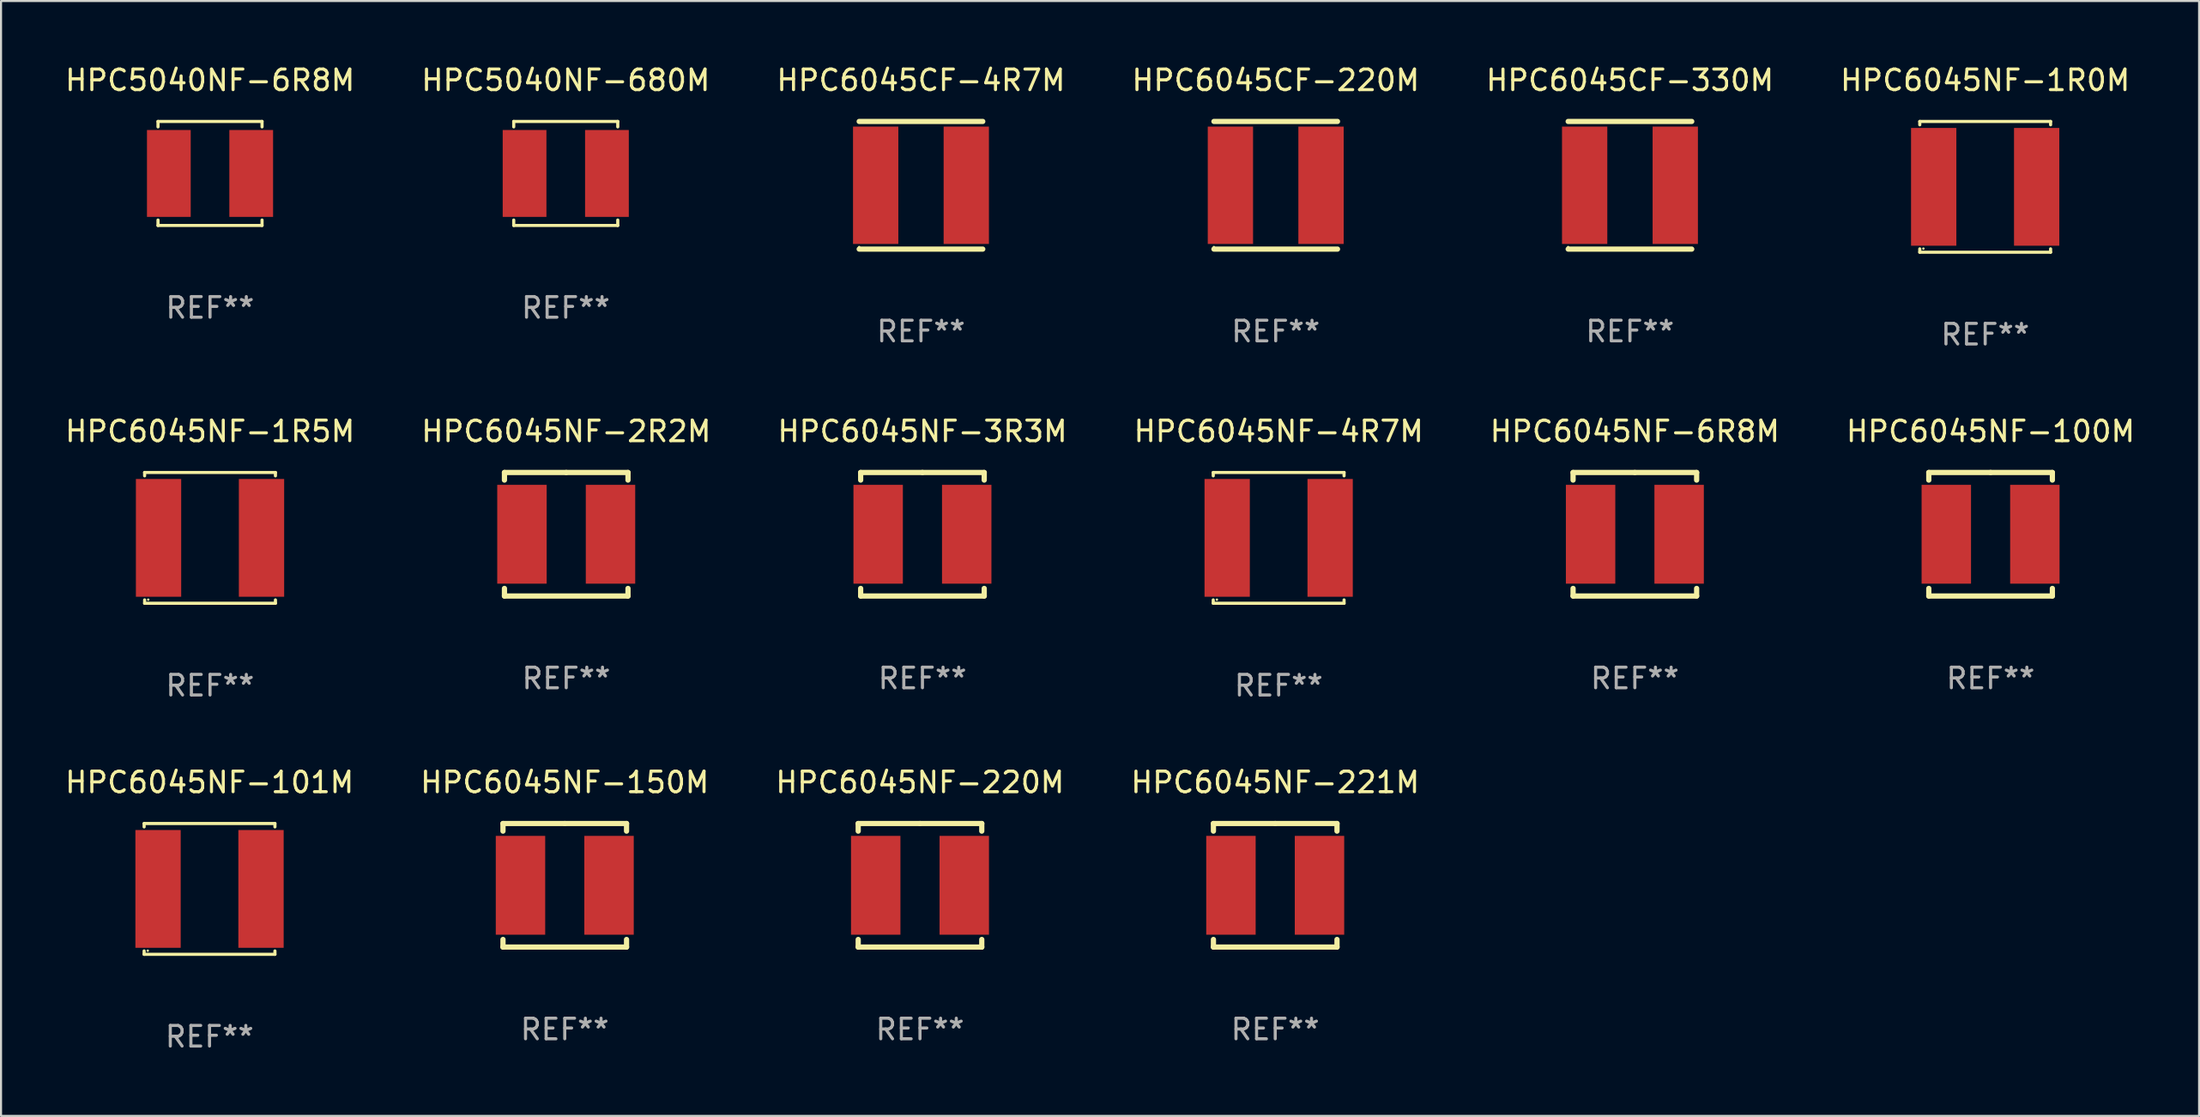
<source format=kicad_pcb>
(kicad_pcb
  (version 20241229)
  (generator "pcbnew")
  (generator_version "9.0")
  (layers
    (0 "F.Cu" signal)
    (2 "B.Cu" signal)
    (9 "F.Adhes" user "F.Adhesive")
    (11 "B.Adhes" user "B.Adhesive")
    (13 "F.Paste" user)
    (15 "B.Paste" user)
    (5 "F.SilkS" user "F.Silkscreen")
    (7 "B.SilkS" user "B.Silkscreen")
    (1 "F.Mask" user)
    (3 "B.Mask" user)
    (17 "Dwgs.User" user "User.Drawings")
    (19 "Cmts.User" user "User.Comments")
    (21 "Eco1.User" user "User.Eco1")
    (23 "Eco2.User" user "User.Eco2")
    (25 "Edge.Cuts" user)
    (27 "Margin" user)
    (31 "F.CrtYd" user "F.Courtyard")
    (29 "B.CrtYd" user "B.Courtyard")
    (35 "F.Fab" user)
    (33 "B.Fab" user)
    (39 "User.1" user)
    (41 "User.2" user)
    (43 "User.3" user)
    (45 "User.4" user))
  (footprint "HPC6045NF-2R2M"
    (layer "F.Cu")
    (at 24.446 22.897)
    (property "Reference" "HPC6045NF-2R2M" (at 0 -5 0) (layer "F.SilkS") (effects (font (size 1 1) (thickness 0.15))))
    (attr through_hole)
    (fp_line (start -3 -3) (end 0 -3) (stroke (width 0.254) (type solid)) (layer "F.SilkS"))
    (fp_line (start -3 -2.631) (end -3 -3) (stroke (width 0.254) (type solid)) (layer "F.SilkS"))
    (fp_line (start -3 3) (end -3 2.631) (stroke (width 0.254) (type solid)) (layer "F.SilkS"))
    (fp_line (start 0 -3) (end 3 -3) (stroke (width 0.254) (type solid)) (layer "F.SilkS"))
    (fp_line (start 3 -3) (end 3 -2.631) (stroke (width 0.254) (type solid)) (layer "F.SilkS"))
    (fp_line (start 3 2.631) (end 3 3) (stroke (width 0.254) (type solid)) (layer "F.SilkS"))
    (fp_line (start 3 3) (end -3 3) (stroke (width 0.254) (type solid)) (layer "F.SilkS"))
    (fp_circle (center -3 3) (end -2.97 3) (stroke (width 0.06) (type solid)) (fill no) (layer "F.SilkS"))
    (fp_text user "REF**" (at 0 7 0) (layer "F.Fab") (effects (font (size 1 1) (thickness 0.15))))
    (pad "1" smd rect (at -2.15 0) (size 2.4 4.8) (layers "F.Cu" "F.Mask" "F.Paste"))
    (pad "2" smd rect (at 2.15 0) (size 2.4 4.8) (layers "F.Cu" "F.Mask" "F.Paste")))
  (footprint "HPC6045NF-3R3M"
    (layer "F.Cu")
    (at 41.744 22.897)
    (property "Reference" "HPC6045NF-3R3M" (at 0 -5 0) (layer "F.SilkS") (effects (font (size 1 1) (thickness 0.15))))
    (attr through_hole)
    (fp_line (start -3 -3) (end 0 -3) (stroke (width 0.254) (type solid)) (layer "F.SilkS"))
    (fp_line (start -3 -2.631) (end -3 -3) (stroke (width 0.254) (type solid)) (layer "F.SilkS"))
    (fp_line (start -3 3) (end -3 2.631) (stroke (width 0.254) (type solid)) (layer "F.SilkS"))
    (fp_line (start 0 -3) (end 3 -3) (stroke (width 0.254) (type solid)) (layer "F.SilkS"))
    (fp_line (start 3 -3) (end 3 -2.631) (stroke (width 0.254) (type solid)) (layer "F.SilkS"))
    (fp_line (start 3 2.631) (end 3 3) (stroke (width 0.254) (type solid)) (layer "F.SilkS"))
    (fp_line (start 3 3) (end -3 3) (stroke (width 0.254) (type solid)) (layer "F.SilkS"))
    (fp_circle (center -3 3) (end -2.97 3) (stroke (width 0.06) (type solid)) (fill no) (layer "F.SilkS"))
    (fp_text user "REF**" (at 0 7 0) (layer "F.Fab") (effects (font (size 1 1) (thickness 0.15))))
    (pad "1" smd rect (at -2.15 0) (size 2.4 4.8) (layers "F.Cu" "F.Mask" "F.Paste"))
    (pad "2" smd rect (at 2.15 0) (size 2.4 4.8) (layers "F.Cu" "F.Mask" "F.Paste")))
  (footprint "HPC6045CF-220M"
    (layer "F.Cu")
    (at 58.899 5.948)
    (property "Reference" "HPC6045CF-220M" (at 0 -5.1 0) (layer "F.SilkS") (effects (font (size 1 1) (thickness 0.15))))
    (attr through_hole)
    (fp_line (start -3 -3.1) (end 3 -3.1) (stroke (width 0.254) (type solid)) (layer "F.SilkS"))
    (fp_line (start 3 3.1) (end -3 3.1) (stroke (width 0.254) (type solid)) (layer "F.SilkS"))
    (fp_circle (center -3 3) (end -2.97 3) (stroke (width 0.06) (type solid)) (fill no) (layer "F.SilkS"))
    (fp_text user "REF**" (at 0 7.1 0) (layer "F.Fab") (effects (font (size 1 1) (thickness 0.15))))
    (pad "1" smd rect (at -2.2 0) (size 2.2 5.7) (layers "F.Cu" "F.Mask" "F.Paste"))
    (pad "2" smd rect (at 2.2 0) (size 2.2 5.7) (layers "F.Cu" "F.Mask" "F.Paste")))
  (footprint "HPC6045NF-1R5M"
    (layer "F.Cu")
    (at 7.149 23.073)
    (property "Reference" "HPC6045NF-1R5M" (at 0 -5.176 0) (layer "F.SilkS") (effects (font (size 1 1) (thickness 0.15))))
    (attr through_hole)
    (fp_line (start -3.176 -3.176) (end 3.176 -3.176) (stroke (width 0.152) (type solid)) (layer "F.SilkS"))
    (fp_line (start -3.176 -3.012) (end -3.176 -3.176) (stroke (width 0.152) (type solid)) (layer "F.SilkS"))
    (fp_line (start -3.176 3.012) (end -3.176 3.176) (stroke (width 0.152) (type solid)) (layer "F.SilkS"))
    (fp_line (start -3.176 3.176) (end 3.176 3.176) (stroke (width 0.152) (type solid)) (layer "F.SilkS"))
    (fp_line (start 3.176 -3.176) (end 3.176 -3.012) (stroke (width 0.152) (type solid)) (layer "F.SilkS"))
    (fp_line (start 3.176 3.176) (end 3.176 3.012) (stroke (width 0.152) (type solid)) (layer "F.SilkS"))
    (fp_circle (center -3 3) (end -2.97 3) (stroke (width 0.06) (type solid)) (fill no) (layer "F.SilkS"))
    (fp_text user "REF**" (at 0 7.176 0) (layer "F.Fab") (effects (font (size 1 1) (thickness 0.15))))
    (pad "1" smd rect (at -2.5 0) (size 2.2 5.72) (layers "F.Cu" "F.Mask" "F.Paste"))
    (pad "2" smd rect (at 2.5 0) (size 2.2 5.72) (layers "F.Cu" "F.Mask" "F.Paste")))
  (footprint "HPC6045NF-101M"
    (layer "F.Cu")
    (at 7.125 40.122)
    (property "Reference" "HPC6045NF-101M" (at 0 -5.176 0) (layer "F.SilkS") (effects (font (size 1 1) (thickness 0.15))))
    (attr through_hole)
    (fp_line (start -3.176 -3.176) (end 3.176 -3.176) (stroke (width 0.152) (type solid)) (layer "F.SilkS"))
    (fp_line (start -3.176 -3.012) (end -3.176 -3.176) (stroke (width 0.152) (type solid)) (layer "F.SilkS"))
    (fp_line (start -3.176 3.012) (end -3.176 3.176) (stroke (width 0.152) (type solid)) (layer "F.SilkS"))
    (fp_line (start -3.176 3.176) (end 3.176 3.176) (stroke (width 0.152) (type solid)) (layer "F.SilkS"))
    (fp_line (start 3.176 -3.176) (end 3.176 -3.012) (stroke (width 0.152) (type solid)) (layer "F.SilkS"))
    (fp_line (start 3.176 3.176) (end 3.176 3.012) (stroke (width 0.152) (type solid)) (layer "F.SilkS"))
    (fp_circle (center -3 3) (end -2.97 3) (stroke (width 0.06) (type solid)) (fill no) (layer "F.SilkS"))
    (fp_text user "REF**" (at 0 7.176 0) (layer "F.Fab") (effects (font (size 1 1) (thickness 0.15))))
    (pad "1" smd rect (at -2.5 0) (size 2.2 5.72) (layers "F.Cu" "F.Mask" "F.Paste"))
    (pad "2" smd rect (at 2.5 0) (size 2.2 5.72) (layers "F.Cu" "F.Mask" "F.Paste")))
  (footprint "HPC6045CF-4R7M"
    (layer "F.Cu")
    (at 41.673 5.948)
    (property "Reference" "HPC6045CF-4R7M" (at 0 -5.1 0) (layer "F.SilkS") (effects (font (size 1 1) (thickness 0.15))))
    (attr through_hole)
    (fp_line (start -3 -3.1) (end 3 -3.1) (stroke (width 0.254) (type solid)) (layer "F.SilkS"))
    (fp_line (start 3 3.1) (end -3 3.1) (stroke (width 0.254) (type solid)) (layer "F.SilkS"))
    (fp_circle (center -3 3) (end -2.97 3) (stroke (width 0.06) (type solid)) (fill no) (layer "F.SilkS"))
    (fp_text user "REF**" (at 0 7.1 0) (layer "F.Fab") (effects (font (size 1 1) (thickness 0.15))))
    (pad "1" smd rect (at -2.2 0) (size 2.2 5.7) (layers "F.Cu" "F.Mask" "F.Paste"))
    (pad "2" smd rect (at 2.2 0) (size 2.2 5.7) (layers "F.Cu" "F.Mask" "F.Paste")))
  (footprint "HPC5040NF-6R8M"
    (layer "F.Cu")
    (at 7.149 5.374)
    (property "Reference" "HPC5040NF-6R8M" (at 0 -4.526 0) (layer "F.SilkS") (effects (font (size 1 1) (thickness 0.15))))
    (attr through_hole)
    (fp_line (start -2.526 -2.526) (end 2.526 -2.526) (stroke (width 0.152) (type solid)) (layer "F.SilkS"))
    (fp_line (start -2.526 -2.262) (end -2.526 -2.526) (stroke (width 0.152) (type solid)) (layer "F.SilkS"))
    (fp_line (start -2.526 2.262) (end -2.526 2.526) (stroke (width 0.152) (type solid)) (layer "F.SilkS"))
    (fp_line (start -2.526 2.526) (end 2.526 2.526) (stroke (width 0.152) (type solid)) (layer "F.SilkS"))
    (fp_line (start 2.526 -2.526) (end 2.526 -2.262) (stroke (width 0.152) (type solid)) (layer "F.SilkS"))
    (fp_line (start 2.526 2.526) (end 2.526 2.262) (stroke (width 0.152) (type solid)) (layer "F.SilkS"))
    (fp_circle (center 2.5 -2.5) (end 2.53 -2.5) (stroke (width 0.06) (type solid)) (fill no) (layer "F.SilkS"))
    (fp_text user "REF**" (at 0 6.526 0) (layer "F.Fab") (effects (font (size 1 1) (thickness 0.15))))
    (pad "1" smd rect (at 2 0) (size 2.124 4.22) (layers "F.Cu" "F.Mask" "F.Paste"))
    (pad "2" smd rect (at -2 0) (size 2.124 4.22) (layers "F.Cu" "F.Mask" "F.Paste")))
  (footprint "HPC6045NF-6R8M"
    (layer "F.Cu")
    (at 76.339 22.897)
    (property "Reference" "HPC6045NF-6R8M" (at 0 -5 0) (layer "F.SilkS") (effects (font (size 1 1) (thickness 0.15))))
    (attr through_hole)
    (fp_line (start -3 -3) (end 0 -3) (stroke (width 0.254) (type solid)) (layer "F.SilkS"))
    (fp_line (start -3 -2.631) (end -3 -3) (stroke (width 0.254) (type solid)) (layer "F.SilkS"))
    (fp_line (start -3 3) (end -3 2.631) (stroke (width 0.254) (type solid)) (layer "F.SilkS"))
    (fp_line (start 0 -3) (end 3 -3) (stroke (width 0.254) (type solid)) (layer "F.SilkS"))
    (fp_line (start 3 -3) (end 3 -2.631) (stroke (width 0.254) (type solid)) (layer "F.SilkS"))
    (fp_line (start 3 2.631) (end 3 3) (stroke (width 0.254) (type solid)) (layer "F.SilkS"))
    (fp_line (start 3 3) (end -3 3) (stroke (width 0.254) (type solid)) (layer "F.SilkS"))
    (fp_circle (center -3 3) (end -2.97 3) (stroke (width 0.06) (type solid)) (fill no) (layer "F.SilkS"))
    (fp_text user "REF**" (at 0 7 0) (layer "F.Fab") (effects (font (size 1 1) (thickness 0.15))))
    (pad "1" smd rect (at -2.15 0) (size 2.4 4.8) (layers "F.Cu" "F.Mask" "F.Paste"))
    (pad "2" smd rect (at 2.15 0) (size 2.4 4.8) (layers "F.Cu" "F.Mask" "F.Paste")))
  (footprint "HPC6045NF-221M"
    (layer "F.Cu")
    (at 58.875 39.946)
    (property "Reference" "HPC6045NF-221M" (at 0 -5 0) (layer "F.SilkS") (effects (font (size 1 1) (thickness 0.15))))
    (attr through_hole)
    (fp_line (start -3 -3) (end 0 -3) (stroke (width 0.254) (type solid)) (layer "F.SilkS"))
    (fp_line (start -3 -2.631) (end -3 -3) (stroke (width 0.254) (type solid)) (layer "F.SilkS"))
    (fp_line (start -3 3) (end -3 2.631) (stroke (width 0.254) (type solid)) (layer "F.SilkS"))
    (fp_line (start 0 -3) (end 3 -3) (stroke (width 0.254) (type solid)) (layer "F.SilkS"))
    (fp_line (start 3 -3) (end 3 -2.631) (stroke (width 0.254) (type solid)) (layer "F.SilkS"))
    (fp_line (start 3 2.631) (end 3 3) (stroke (width 0.254) (type solid)) (layer "F.SilkS"))
    (fp_line (start 3 3) (end -3 3) (stroke (width 0.254) (type solid)) (layer "F.SilkS"))
    (fp_circle (center -3 3) (end -2.97 3) (stroke (width 0.06) (type solid)) (fill no) (layer "F.SilkS"))
    (fp_text user "REF**" (at 0 7 0) (layer "F.Fab") (effects (font (size 1 1) (thickness 0.15))))
    (pad "1" smd rect (at -2.15 0) (size 2.4 4.8) (layers "F.Cu" "F.Mask" "F.Paste"))
    (pad "2" smd rect (at 2.15 0) (size 2.4 4.8) (layers "F.Cu" "F.Mask" "F.Paste")))
  (footprint "HPC6045NF-1R0M"
    (layer "F.Cu")
    (at 93.351 6.024)
    (property "Reference" "HPC6045NF-1R0M" (at 0 -5.176 0) (layer "F.SilkS") (effects (font (size 1 1) (thickness 0.15))))
    (attr through_hole)
    (fp_line (start -3.176 -3.176) (end 3.176 -3.176) (stroke (width 0.152) (type solid)) (layer "F.SilkS"))
    (fp_line (start -3.176 -3.012) (end -3.176 -3.176) (stroke (width 0.152) (type solid)) (layer "F.SilkS"))
    (fp_line (start -3.176 3.012) (end -3.176 3.176) (stroke (width 0.152) (type solid)) (layer "F.SilkS"))
    (fp_line (start -3.176 3.176) (end 3.176 3.176) (stroke (width 0.152) (type solid)) (layer "F.SilkS"))
    (fp_line (start 3.176 -3.176) (end 3.176 -3.012) (stroke (width 0.152) (type solid)) (layer "F.SilkS"))
    (fp_line (start 3.176 3.176) (end 3.176 3.012) (stroke (width 0.152) (type solid)) (layer "F.SilkS"))
    (fp_circle (center -3 3) (end -2.97 3) (stroke (width 0.06) (type solid)) (fill no) (layer "F.SilkS"))
    (fp_text user "REF**" (at 0 7.176 0) (layer "F.Fab") (effects (font (size 1 1) (thickness 0.15))))
    (pad "1" smd rect (at -2.5 0) (size 2.2 5.72) (layers "F.Cu" "F.Mask" "F.Paste"))
    (pad "2" smd rect (at 2.5 0) (size 2.2 5.72) (layers "F.Cu" "F.Mask" "F.Paste")))
  (footprint "HPC6045CF-330M"
    (layer "F.Cu")
    (at 76.101 5.948)
    (property "Reference" "HPC6045CF-330M" (at 0 -5.1 0) (layer "F.SilkS") (effects (font (size 1 1) (thickness 0.15))))
    (attr through_hole)
    (fp_line (start -3 -3.1) (end 3 -3.1) (stroke (width 0.254) (type solid)) (layer "F.SilkS"))
    (fp_line (start 3 3.1) (end -3 3.1) (stroke (width 0.254) (type solid)) (layer "F.SilkS"))
    (fp_circle (center -3 3) (end -2.97 3) (stroke (width 0.06) (type solid)) (fill no) (layer "F.SilkS"))
    (fp_text user "REF**" (at 0 7.1 0) (layer "F.Fab") (effects (font (size 1 1) (thickness 0.15))))
    (pad "1" smd rect (at -2.2 0) (size 2.2 5.7) (layers "F.Cu" "F.Mask" "F.Paste"))
    (pad "2" smd rect (at 2.2 0) (size 2.2 5.7) (layers "F.Cu" "F.Mask" "F.Paste")))
  (footprint "HPC6045NF-220M"
    (layer "F.Cu")
    (at 41.625 39.946)
    (property "Reference" "HPC6045NF-220M" (at 0 -5 0) (layer "F.SilkS") (effects (font (size 1 1) (thickness 0.15))))
    (attr through_hole)
    (fp_line (start -3 -3) (end 0 -3) (stroke (width 0.254) (type solid)) (layer "F.SilkS"))
    (fp_line (start -3 -2.631) (end -3 -3) (stroke (width 0.254) (type solid)) (layer "F.SilkS"))
    (fp_line (start -3 3) (end -3 2.631) (stroke (width 0.254) (type solid)) (layer "F.SilkS"))
    (fp_line (start 0 -3) (end 3 -3) (stroke (width 0.254) (type solid)) (layer "F.SilkS"))
    (fp_line (start 3 -3) (end 3 -2.631) (stroke (width 0.254) (type solid)) (layer "F.SilkS"))
    (fp_line (start 3 2.631) (end 3 3) (stroke (width 0.254) (type solid)) (layer "F.SilkS"))
    (fp_line (start 3 3) (end -3 3) (stroke (width 0.254) (type solid)) (layer "F.SilkS"))
    (fp_circle (center -3 3) (end -2.97 3) (stroke (width 0.06) (type solid)) (fill no) (layer "F.SilkS"))
    (fp_text user "REF**" (at 0 7 0) (layer "F.Fab") (effects (font (size 1 1) (thickness 0.15))))
    (pad "1" smd rect (at -2.15 0) (size 2.4 4.8) (layers "F.Cu" "F.Mask" "F.Paste"))
    (pad "2" smd rect (at 2.15 0) (size 2.4 4.8) (layers "F.Cu" "F.Mask" "F.Paste")))
  (footprint "HPC6045NF-4R7M"
    (layer "F.Cu")
    (at 59.042 23.073)
    (property "Reference" "HPC6045NF-4R7M" (at 0 -5.176 0) (layer "F.SilkS") (effects (font (size 1 1) (thickness 0.15))))
    (attr through_hole)
    (fp_line (start -3.176 -3.176) (end 3.176 -3.176) (stroke (width 0.152) (type solid)) (layer "F.SilkS"))
    (fp_line (start -3.176 -3.012) (end -3.176 -3.176) (stroke (width 0.152) (type solid)) (layer "F.SilkS"))
    (fp_line (start -3.176 3.012) (end -3.176 3.176) (stroke (width 0.152) (type solid)) (layer "F.SilkS"))
    (fp_line (start -3.176 3.176) (end 3.176 3.176) (stroke (width 0.152) (type solid)) (layer "F.SilkS"))
    (fp_line (start 3.176 -3.176) (end 3.176 -3.012) (stroke (width 0.152) (type solid)) (layer "F.SilkS"))
    (fp_line (start 3.176 3.176) (end 3.176 3.012) (stroke (width 0.152) (type solid)) (layer "F.SilkS"))
    (fp_circle (center -3 3) (end -2.97 3) (stroke (width 0.06) (type solid)) (fill no) (layer "F.SilkS"))
    (fp_text user "REF**" (at 0 7.176 0) (layer "F.Fab") (effects (font (size 1 1) (thickness 0.15))))
    (pad "1" smd rect (at -2.5 0) (size 2.2 5.72) (layers "F.Cu" "F.Mask" "F.Paste"))
    (pad "2" smd rect (at 2.5 0) (size 2.2 5.72) (layers "F.Cu" "F.Mask" "F.Paste")))
  (footprint "HPC6045NF-150M"
    (layer "F.Cu")
    (at 24.375 39.946)
    (property "Reference" "HPC6045NF-150M" (at 0 -5 0) (layer "F.SilkS") (effects (font (size 1 1) (thickness 0.15))))
    (attr through_hole)
    (fp_line (start -3 -3) (end 0 -3) (stroke (width 0.254) (type solid)) (layer "F.SilkS"))
    (fp_line (start -3 -2.631) (end -3 -3) (stroke (width 0.254) (type solid)) (layer "F.SilkS"))
    (fp_line (start -3 3) (end -3 2.631) (stroke (width 0.254) (type solid)) (layer "F.SilkS"))
    (fp_line (start 0 -3) (end 3 -3) (stroke (width 0.254) (type solid)) (layer "F.SilkS"))
    (fp_line (start 3 -3) (end 3 -2.631) (stroke (width 0.254) (type solid)) (layer "F.SilkS"))
    (fp_line (start 3 2.631) (end 3 3) (stroke (width 0.254) (type solid)) (layer "F.SilkS"))
    (fp_line (start 3 3) (end -3 3) (stroke (width 0.254) (type solid)) (layer "F.SilkS"))
    (fp_circle (center -3 3) (end -2.97 3) (stroke (width 0.06) (type solid)) (fill no) (layer "F.SilkS"))
    (fp_text user "REF**" (at 0 7 0) (layer "F.Fab") (effects (font (size 1 1) (thickness 0.15))))
    (pad "1" smd rect (at -2.15 0) (size 2.4 4.8) (layers "F.Cu" "F.Mask" "F.Paste"))
    (pad "2" smd rect (at 2.15 0) (size 2.4 4.8) (layers "F.Cu" "F.Mask" "F.Paste")))
  (footprint "HPC5040NF-680M"
    (layer "F.Cu")
    (at 24.423 5.374)
    (property "Reference" "HPC5040NF-680M" (at 0 -4.526 0) (layer "F.SilkS") (effects (font (size 1 1) (thickness 0.15))))
    (attr through_hole)
    (fp_line (start -2.526 -2.526) (end 2.526 -2.526) (stroke (width 0.152) (type solid)) (layer "F.SilkS"))
    (fp_line (start -2.526 -2.262) (end -2.526 -2.526) (stroke (width 0.152) (type solid)) (layer "F.SilkS"))
    (fp_line (start -2.526 2.262) (end -2.526 2.526) (stroke (width 0.152) (type solid)) (layer "F.SilkS"))
    (fp_line (start -2.526 2.526) (end 2.526 2.526) (stroke (width 0.152) (type solid)) (layer "F.SilkS"))
    (fp_line (start 2.526 -2.526) (end 2.526 -2.262) (stroke (width 0.152) (type solid)) (layer "F.SilkS"))
    (fp_line (start 2.526 2.526) (end 2.526 2.262) (stroke (width 0.152) (type solid)) (layer "F.SilkS"))
    (fp_circle (center 2.5 -2.5) (end 2.53 -2.5) (stroke (width 0.06) (type solid)) (fill no) (layer "F.SilkS"))
    (fp_text user "REF**" (at 0 6.526 0) (layer "F.Fab") (effects (font (size 1 1) (thickness 0.15))))
    (pad "1" smd rect (at 2 0) (size 2.124 4.22) (layers "F.Cu" "F.Mask" "F.Paste"))
    (pad "2" smd rect (at -2 0) (size 2.124 4.22) (layers "F.Cu" "F.Mask" "F.Paste")))
  (footprint "HPC6045NF-100M"
    (layer "F.Cu")
    (at 93.613 22.897)
    (property "Reference" "HPC6045NF-100M" (at 0 -5 0) (layer "F.SilkS") (effects (font (size 1 1) (thickness 0.15))))
    (attr through_hole)
    (fp_line (start -3 -3) (end 0 -3) (stroke (width 0.254) (type solid)) (layer "F.SilkS"))
    (fp_line (start -3 -2.631) (end -3 -3) (stroke (width 0.254) (type solid)) (layer "F.SilkS"))
    (fp_line (start -3 3) (end -3 2.631) (stroke (width 0.254) (type solid)) (layer "F.SilkS"))
    (fp_line (start 0 -3) (end 3 -3) (stroke (width 0.254) (type solid)) (layer "F.SilkS"))
    (fp_line (start 3 -3) (end 3 -2.631) (stroke (width 0.254) (type solid)) (layer "F.SilkS"))
    (fp_line (start 3 2.631) (end 3 3) (stroke (width 0.254) (type solid)) (layer "F.SilkS"))
    (fp_line (start 3 3) (end -3 3) (stroke (width 0.254) (type solid)) (layer "F.SilkS"))
    (fp_circle (center -3 3) (end -2.97 3) (stroke (width 0.06) (type solid)) (fill no) (layer "F.SilkS"))
    (fp_text user "REF**" (at 0 7 0) (layer "F.Fab") (effects (font (size 1 1) (thickness 0.15))))
    (pad "1" smd rect (at -2.15 0) (size 2.4 4.8) (layers "F.Cu" "F.Mask" "F.Paste"))
    (pad "2" smd rect (at 2.15 0) (size 2.4 4.8) (layers "F.Cu" "F.Mask" "F.Paste")))
  (gr_rect
    (start -3 -3)
    (end 103.738 51.147)
    (stroke (width 0.1) (type default))
    (fill no)
    (layer "Edge.Cuts")))
</source>
